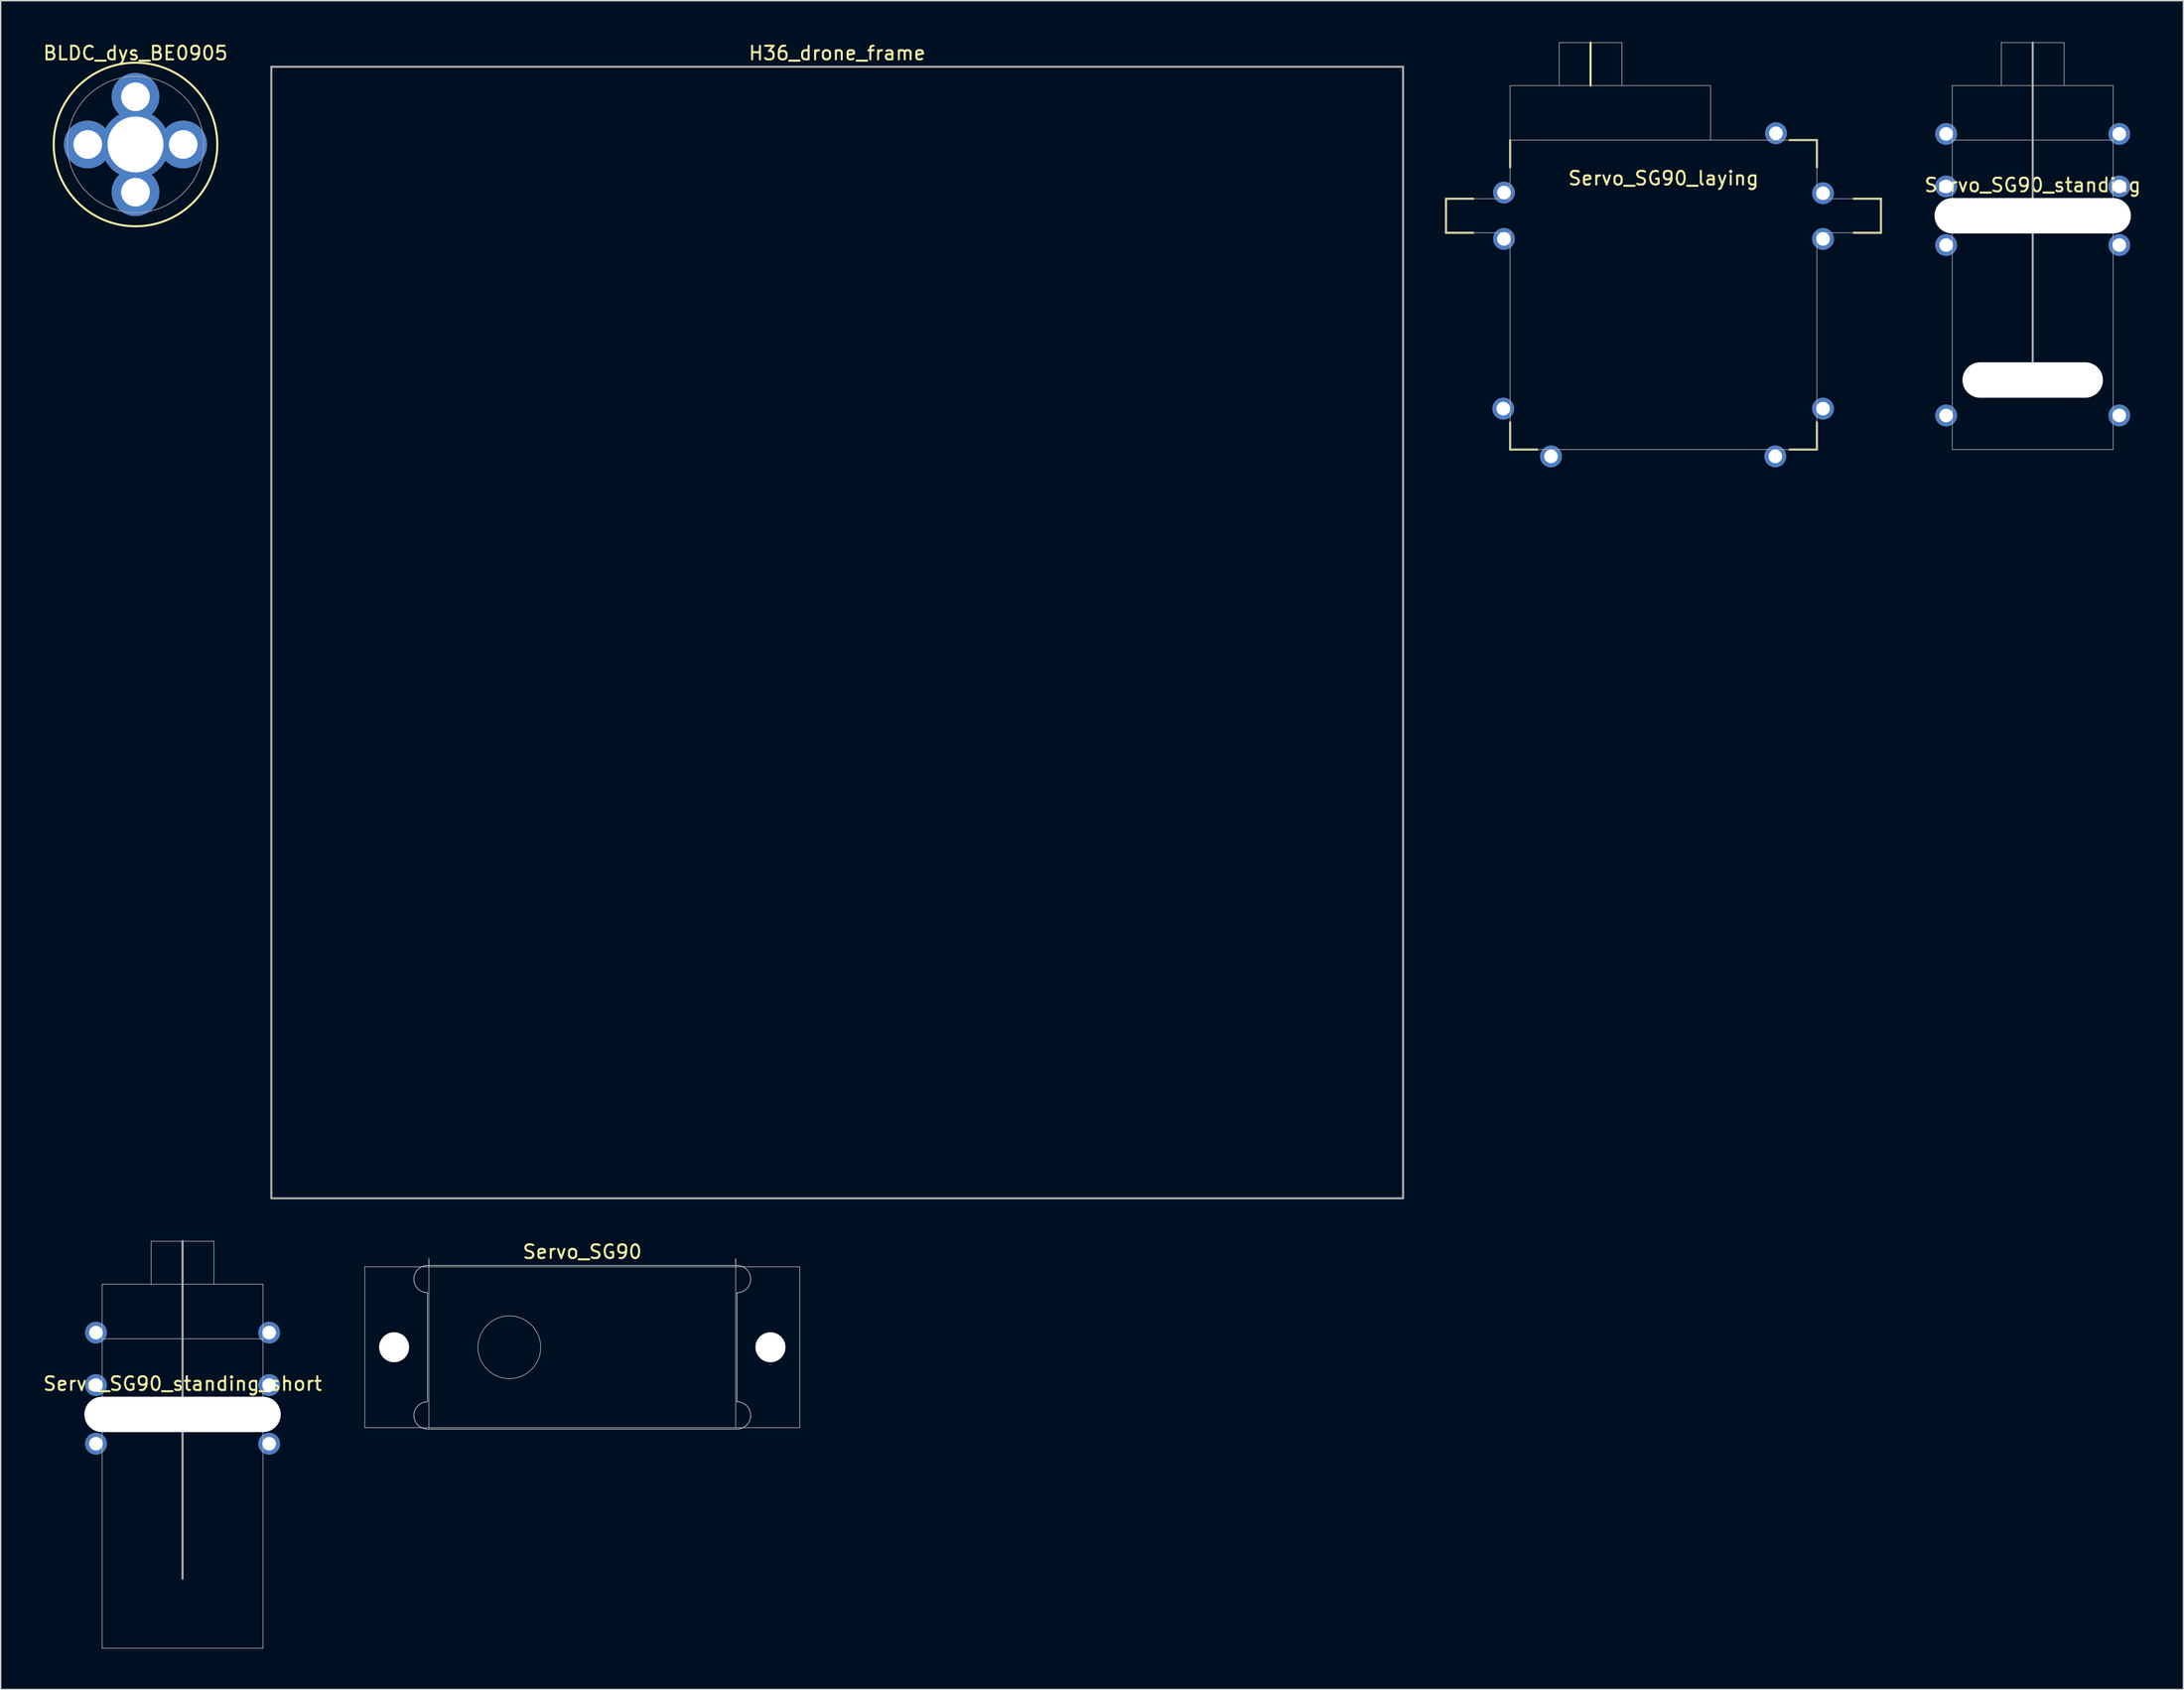
<source format=kicad_pcb>
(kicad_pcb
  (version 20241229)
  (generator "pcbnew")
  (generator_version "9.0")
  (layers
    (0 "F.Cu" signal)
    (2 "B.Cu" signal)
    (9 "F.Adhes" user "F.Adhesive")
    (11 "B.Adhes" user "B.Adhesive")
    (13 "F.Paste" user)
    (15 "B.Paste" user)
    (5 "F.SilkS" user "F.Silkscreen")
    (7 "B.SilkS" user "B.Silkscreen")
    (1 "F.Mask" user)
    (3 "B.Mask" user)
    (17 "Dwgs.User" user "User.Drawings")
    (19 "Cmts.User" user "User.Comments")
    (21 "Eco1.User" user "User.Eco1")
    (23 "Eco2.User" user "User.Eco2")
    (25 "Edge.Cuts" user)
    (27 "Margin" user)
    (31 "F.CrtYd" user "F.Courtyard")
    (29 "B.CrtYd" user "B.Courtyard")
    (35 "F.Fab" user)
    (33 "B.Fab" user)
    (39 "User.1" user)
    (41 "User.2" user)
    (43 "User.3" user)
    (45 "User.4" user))
  (footprint "BLDC_dys_BE0905"
    (layer "F.Cu")
    (at 6.887 7.548)
    (property "Reference" "BLDC_dys_BE0905" (at 0 -6.7 0) (layer "F.SilkS") (effects (font (size 1 1) (thickness 0.15))))
    (attr exclude_from_pos_files exclude_from_bom)
    (fp_circle (center 0 0) (end 6 0) (stroke (width 0.15) (type solid)) (fill no) (layer "F.SilkS"))
    (fp_circle (center 0 0) (end 5 0) (stroke (width 0.05) (type solid)) (fill no) (layer "F.Fab"))
    (pad "1" thru_hole circle (at 0 0) (size 5 5) (drill 4.1) (layers "*.Cu" "*.Mask"))
    (pad "2" thru_hole circle (at 0 -3.5) (size 3.5 3.5) (drill 2.1) (layers "*.Cu" "*.Mask"))
    (pad "3" thru_hole circle (at -3.5 0 90) (size 3.5 3.5) (drill 2.1) (layers "*.Cu" "*.Mask"))
    (pad "3" thru_hole circle (at 0 3.5 180) (size 3.5 3.5) (drill 2.1) (layers "*.Cu" "*.Mask"))
    (pad "3" thru_hole circle (at 3.5 0 270) (size 3.5 3.5) (drill 2.1) (layers "*.Cu" "*.Mask")))
  (footprint "Servo_SG90_standing_short"
    (layer "F.Cu")
    (at 10.339 101.948)
    (property "Reference" "Servo_SG90_standing_short" (at 0 -3.5 0) (layer "F.SilkS") (effects (font (size 1 1) (thickness 0.15))))
    (attr through_hole)
    (fp_line (start -5.9 -10.8) (end 5.9 -10.8) (stroke (width 0.05) (type solid)) (layer "F.Fab"))
    (fp_line (start -5.9 -6.8) (end -5.9 -10.8) (stroke (width 0.05) (type solid)) (layer "F.Fab"))
    (fp_line (start -5.9 -6.8) (end 5.9 -6.8) (stroke (width 0.05) (type solid)) (layer "F.Fab"))
    (fp_line (start -5.9 -2.5) (end -5.9 -6.8) (stroke (width 0.05) (type solid)) (layer "F.Fab"))
    (fp_line (start -5.9 0) (end -5.9 -2.5) (stroke (width 0.05) (type solid)) (layer "F.Fab"))
    (fp_line (start -5.9 0) (end 5.9 0) (stroke (width 0.05) (type solid)) (layer "F.Fab"))
    (fp_line (start -5.9 15.9) (end -5.9 0) (stroke (width 0.05) (type solid)) (layer "F.Fab"))
    (fp_line (start -2.3 -13.95) (end 2.3 -13.95) (stroke (width 0.05) (type solid)) (layer "F.Fab"))
    (fp_line (start -2.3 -10.8) (end -2.3 -13.95) (stroke (width 0.05) (type solid)) (layer "F.Fab"))
    (fp_line (start 0 -13.95) (end 0 10.8) (stroke (width 0.15) (type solid)) (layer "F.Fab"))
    (fp_line (start 2.3 -13.95) (end 2.3 -10.8) (stroke (width 0.05) (type solid)) (layer "F.Fab"))
    (fp_line (start 5.9 -10.8) (end 5.9 -6.8) (stroke (width 0.05) (type solid)) (layer "F.Fab"))
    (fp_line (start 5.9 -6.8) (end 5.9 -2.5) (stroke (width 0.05) (type solid)) (layer "F.Fab"))
    (fp_line (start 5.9 -2.5) (end -5.9 -2.5) (stroke (width 0.05) (type solid)) (layer "F.Fab"))
    (fp_line (start 5.9 -2.5) (end 5.9 0) (stroke (width 0.05) (type solid)) (layer "F.Fab"))
    (fp_line (start 5.9 0) (end 5.9 15.9) (stroke (width 0.05) (type solid)) (layer "F.Fab"))
    (fp_line (start 5.9 15.9) (end -5.9 15.9) (stroke (width 0.05) (type solid)) (layer "F.Fab"))
    (pad "" np_thru_hole oval (at 0 -1.25) (size 14.4 2.6) (drill oval 14.4 2.6) (layers "*.Cu" "*.Mask"))
    (pad "1" thru_hole circle (at -6.35 -7.25) (size 1.6 1.6) (drill 1) (layers "*.Cu" "*.Mask"))
    (pad "1" thru_hole circle (at -6.35 -3.4) (size 1.6 1.6) (drill 1) (layers "*.Cu" "*.Mask"))
    (pad "1" thru_hole circle (at -6.35 0.9) (size 1.6 1.6) (drill 1) (layers "*.Cu" "*.Mask"))
    (pad "1" thru_hole circle (at 6.35 -7.25) (size 1.6 1.6) (drill 1) (layers "*.Cu" "*.Mask"))
    (pad "1" thru_hole circle (at 6.35 -3.4) (size 1.6 1.6) (drill 1) (layers "*.Cu" "*.Mask"))
    (pad "1" thru_hole circle (at 6.35 0.9) (size 1.6 1.6) (drill 1) (layers "*.Cu" "*.Mask")))
  (footprint "Servo_SG90"
    (layer "F.Cu")
    (at 39.654 95.772)
    (property "Reference" "Servo_SG90" (at 0 -7 0) (layer "F.SilkS") (effects (font (size 1 1) (thickness 0.15))))
    (attr through_hole)
    (fp_line (start -11.25 -5.9) (end -11.25 -6.5) (stroke (width 0.05) (type solid)) (layer "F.SilkS"))
    (fp_line (start 11.25 -5.9) (end 11.25 -6.5) (stroke (width 0.05) (type solid)) (layer "F.SilkS"))
    (fp_line (start -11.35 -6) (end 11.35 -6) (stroke (width 0.05) (type solid)) (layer "Edge.Cuts"))
    (fp_line (start -11.35 4) (end -11.35 -4) (stroke (width 0.05) (type solid)) (layer "Edge.Cuts"))
    (fp_line (start -11.35 6) (end 11.35 6) (stroke (width 0.05) (type solid)) (layer "Edge.Cuts"))
    (fp_line (start 11.35 4) (end 11.35 -4) (stroke (width 0.05) (type solid)) (layer "Edge.Cuts"))
    (fp_arc (start -11.35 -4) (mid -12.35 -5) (end -11.35 -6) (stroke (width 0.05) (type solid)) (layer "Edge.Cuts"))
    (fp_arc (start -11.35 6) (mid -12.35 5) (end -11.35 4) (stroke (width 0.05) (type solid)) (layer "Edge.Cuts"))
    (fp_arc (start 11.35 -6) (mid 12.35 -5) (end 11.35 -4) (stroke (width 0.05) (type solid)) (layer "Edge.Cuts"))
    (fp_arc (start 11.35 4) (mid 12.35 5) (end 11.35 6) (stroke (width 0.05) (type solid)) (layer "Edge.Cuts"))
    (fp_line (start -15.95 -5.9) (end -15.95 5.9) (stroke (width 0.05) (type solid)) (layer "F.Fab"))
    (fp_line (start -15.95 5.9) (end -11.25 5.9) (stroke (width 0.05) (type solid)) (layer "F.Fab"))
    (fp_line (start -11.25 -5.9) (end -15.95 -5.9) (stroke (width 0.05) (type solid)) (layer "F.Fab"))
    (fp_line (start -11.25 -5.9) (end 11.25 -5.9) (stroke (width 0.05) (type solid)) (layer "F.Fab"))
    (fp_line (start -11.25 5.9) (end -11.25 -5.9) (stroke (width 0.05) (type solid)) (layer "F.Fab"))
    (fp_line (start 11.25 -5.9) (end 11.25 5.9) (stroke (width 0.05) (type solid)) (layer "F.Fab"))
    (fp_line (start 11.25 -5.9) (end 15.95 -5.9) (stroke (width 0.05) (type solid)) (layer "F.Fab"))
    (fp_line (start 11.25 5.9) (end -11.25 5.9) (stroke (width 0.05) (type solid)) (layer "F.Fab"))
    (fp_line (start 15.95 -5.9) (end 15.95 5.9) (stroke (width 0.05) (type solid)) (layer "F.Fab"))
    (fp_line (start 15.95 5.9) (end 11.25 5.9) (stroke (width 0.05) (type solid)) (layer "F.Fab"))
    (fp_circle (center -5.35 0) (end -3.05 0) (stroke (width 0.05) (type solid)) (fill no) (layer "F.Fab"))
    (pad "" np_thru_hole circle (at -13.8 0) (size 2.2 2.2) (drill 2.2) (layers "*.Cu" "*.Mask"))
    (pad "" np_thru_hole circle (at 13.8 0) (size 2.2 2.2) (drill 2.2) (layers "*.Cu" "*.Mask")))
  (footprint "Servo_SG90_laying"
    (layer "F.Cu")
    (at 118.949 14.025)
    (property "Reference" "Servo_SG90_laying" (at 0 -4 0) (layer "F.SilkS") (effects (font (size 1 1) (thickness 0.15))))
    (attr through_hole)
    (fp_line (start -15.95 -2.5) (end -15.95 0) (stroke (width 0.15) (type solid)) (layer "F.SilkS"))
    (fp_line (start -15.95 0) (end -13.95 0) (stroke (width 0.15) (type solid)) (layer "F.SilkS"))
    (fp_line (start -13.95 -2.5) (end -15.95 -2.5) (stroke (width 0.15) (type solid)) (layer "F.SilkS"))
    (fp_line (start -11.25 -6.8) (end -11.25 -4.8) (stroke (width 0.15) (type solid)) (layer "F.SilkS"))
    (fp_line (start -11.25 15.9) (end -11.25 13.9) (stroke (width 0.15) (type solid)) (layer "F.SilkS"))
    (fp_line (start -11.25 15.9) (end -9.25 15.9) (stroke (width 0.15) (type solid)) (layer "F.SilkS"))
    (fp_line (start -5.35 -13.95) (end -5.35 -10.8) (stroke (width 0.15) (type solid)) (layer "F.SilkS"))
    (fp_line (start 11.25 -6.8) (end 9.25 -6.8) (stroke (width 0.15) (type solid)) (layer "F.SilkS"))
    (fp_line (start 11.25 -6.8) (end 11.25 -4.8) (stroke (width 0.15) (type solid)) (layer "F.SilkS"))
    (fp_line (start 11.25 15.9) (end 9.25 15.9) (stroke (width 0.15) (type solid)) (layer "F.SilkS"))
    (fp_line (start 11.25 15.9) (end 11.25 13.9) (stroke (width 0.15) (type solid)) (layer "F.SilkS"))
    (fp_line (start 13.95 -2.5) (end 15.95 -2.5) (stroke (width 0.15) (type solid)) (layer "F.SilkS"))
    (fp_line (start 15.95 -2.5) (end 15.95 0) (stroke (width 0.15) (type solid)) (layer "F.SilkS"))
    (fp_line (start 15.95 0) (end 13.95 0) (stroke (width 0.15) (type solid)) (layer "F.SilkS"))
    (fp_line (start -15.95 -2.5) (end -11.25 -2.5) (stroke (width 0.05) (type solid)) (layer "F.Fab"))
    (fp_line (start -15.95 0) (end -15.95 -2.5) (stroke (width 0.05) (type solid)) (layer "F.Fab"))
    (fp_line (start -11.25 -10.8) (end 3.45 -10.8) (stroke (width 0.05) (type solid)) (layer "F.Fab"))
    (fp_line (start -11.25 -6.8) (end -11.25 -10.8) (stroke (width 0.05) (type solid)) (layer "F.Fab"))
    (fp_line (start -11.25 -6.8) (end 11.25 -6.8) (stroke (width 0.05) (type solid)) (layer "F.Fab"))
    (fp_line (start -11.25 -2.5) (end -11.25 -6.8) (stroke (width 0.05) (type solid)) (layer "F.Fab"))
    (fp_line (start -11.25 0) (end -15.95 0) (stroke (width 0.05) (type solid)) (layer "F.Fab"))
    (fp_line (start -11.25 15.9) (end -11.25 0) (stroke (width 0.05) (type solid)) (layer "F.Fab"))
    (fp_line (start -7.65 -13.95) (end -3.05 -13.95) (stroke (width 0.05) (type solid)) (layer "F.Fab"))
    (fp_line (start -7.65 -10.8) (end -7.65 -13.95) (stroke (width 0.05) (type solid)) (layer "F.Fab"))
    (fp_line (start -3.05 -13.95) (end -3.05 -10.8) (stroke (width 0.05) (type solid)) (layer "F.Fab"))
    (fp_line (start 3.45 -10.8) (end 3.45 -6.8) (stroke (width 0.05) (type solid)) (layer "F.Fab"))
    (fp_line (start 11.25 -6.8) (end 11.25 -2.5) (stroke (width 0.05) (type solid)) (layer "F.Fab"))
    (fp_line (start 11.25 -2.5) (end 15.95 -2.5) (stroke (width 0.05) (type solid)) (layer "F.Fab"))
    (fp_line (start 11.25 0) (end 11.25 15.9) (stroke (width 0.05) (type solid)) (layer "F.Fab"))
    (fp_line (start 11.25 15.9) (end -11.25 15.9) (stroke (width 0.05) (type solid)) (layer "F.Fab"))
    (fp_line (start 15.95 -2.5) (end 15.95 0) (stroke (width 0.05) (type solid)) (layer "F.Fab"))
    (fp_line (start 15.95 0) (end 11.25 0) (stroke (width 0.05) (type solid)) (layer "F.Fab"))
    (pad "1" thru_hole circle (at -11.75 12.9) (size 1.6 1.6) (drill 1) (layers "*.Cu" "*.Mask"))
    (pad "1" thru_hole circle (at -11.7 -2.95) (size 1.6 1.6) (drill 1) (layers "*.Cu" "*.Mask"))
    (pad "1" thru_hole circle (at -11.7 0.45) (size 1.6 1.6) (drill 1) (layers "*.Cu" "*.Mask"))
    (pad "1" thru_hole circle (at -8.25 16.4) (size 1.6 1.6) (drill 1) (layers "*.Cu" "*.Mask"))
    (pad "1" thru_hole circle (at 8.2 16.4) (size 1.6 1.6) (drill 1) (layers "*.Cu" "*.Mask"))
    (pad "1" thru_hole circle (at 8.25 -7.3) (size 1.6 1.6) (drill 1) (layers "*.Cu" "*.Mask"))
    (pad "1" thru_hole circle (at 11.7 -2.9) (size 1.6 1.6) (drill 1) (layers "*.Cu" "*.Mask"))
    (pad "1" thru_hole circle (at 11.7 0.45) (size 1.6 1.6) (drill 1) (layers "*.Cu" "*.Mask"))
    (pad "1" thru_hole circle (at 11.7 12.9) (size 1.6 1.6) (drill 1) (layers "*.Cu" "*.Mask")))
  (footprint "H36_drone_frame"
    (layer "F.Cu")
    (at 58.349 43.348)
    (property "Reference" "H36_drone_frame" (at 0 -42.5 0) (layer "F.SilkS") (effects (font (size 1 1) (thickness 0.15))))
    (attr through_hole)
    (fp_line (start -41.5 -41.5) (end 41.5 -41.5) (stroke (width 0.15) (type solid)) (layer "F.Fab"))
    (fp_line (start -41.5 41.5) (end -41.5 -41.5) (stroke (width 0.15) (type solid)) (layer "F.Fab"))
    (fp_line (start 41.5 -41.5) (end 41.5 41.5) (stroke (width 0.15) (type solid)) (layer "F.Fab"))
    (fp_line (start 41.5 41.5) (end -41.5 41.5) (stroke (width 0.15) (type solid)) (layer "F.Fab")))
  (footprint "Servo_SG90_standing"
    (layer "F.Cu")
    (at 146.027 14.025)
    (property "Reference" "Servo_SG90_standing" (at 0 -3.5 0) (layer "F.SilkS") (effects (font (size 1 1) (thickness 0.15))))
    (attr through_hole)
    (fp_line (start -5.9 -10.8) (end 5.9 -10.8) (stroke (width 0.05) (type solid)) (layer "F.Fab"))
    (fp_line (start -5.9 -6.8) (end -5.9 -10.8) (stroke (width 0.05) (type solid)) (layer "F.Fab"))
    (fp_line (start -5.9 -6.8) (end 5.9 -6.8) (stroke (width 0.05) (type solid)) (layer "F.Fab"))
    (fp_line (start -5.9 -2.5) (end -5.9 -6.8) (stroke (width 0.05) (type solid)) (layer "F.Fab"))
    (fp_line (start -5.9 0) (end -5.9 -2.5) (stroke (width 0.05) (type solid)) (layer "F.Fab"))
    (fp_line (start -5.9 0) (end 5.9 0) (stroke (width 0.05) (type solid)) (layer "F.Fab"))
    (fp_line (start -5.9 15.9) (end -5.9 0) (stroke (width 0.05) (type solid)) (layer "F.Fab"))
    (fp_line (start -2.3 -13.95) (end 2.3 -13.95) (stroke (width 0.05) (type solid)) (layer "F.Fab"))
    (fp_line (start -2.3 -10.8) (end -2.3 -13.95) (stroke (width 0.05) (type solid)) (layer "F.Fab"))
    (fp_line (start 0 -13.95) (end 0 10.8) (stroke (width 0.15) (type solid)) (layer "F.Fab"))
    (fp_line (start 2.3 -13.95) (end 2.3 -10.8) (stroke (width 0.05) (type solid)) (layer "F.Fab"))
    (fp_line (start 5.9 -10.8) (end 5.9 -6.8) (stroke (width 0.05) (type solid)) (layer "F.Fab"))
    (fp_line (start 5.9 -6.8) (end 5.9 -2.5) (stroke (width 0.05) (type solid)) (layer "F.Fab"))
    (fp_line (start 5.9 -2.5) (end -5.9 -2.5) (stroke (width 0.05) (type solid)) (layer "F.Fab"))
    (fp_line (start 5.9 -2.5) (end 5.9 0) (stroke (width 0.05) (type solid)) (layer "F.Fab"))
    (fp_line (start 5.9 0) (end 5.9 15.9) (stroke (width 0.05) (type solid)) (layer "F.Fab"))
    (fp_line (start 5.9 15.9) (end -5.9 15.9) (stroke (width 0.05) (type solid)) (layer "F.Fab"))
    (pad "" np_thru_hole oval (at 0 -1.25) (size 14.4 2.6) (drill oval 14.4 2.6) (layers "*.Cu" "*.Mask"))
    (pad "" np_thru_hole oval (at 0 10.8) (size 10.3 2.6) (drill oval 10.3 2.6) (layers "*.Cu" "*.Mask"))
    (pad "1" thru_hole circle (at -6.35 -7.25) (size 1.6 1.6) (drill 1) (layers "*.Cu" "*.Mask"))
    (pad "1" thru_hole circle (at -6.35 -3.4) (size 1.6 1.6) (drill 1) (layers "*.Cu" "*.Mask"))
    (pad "1" thru_hole circle (at -6.35 0.9) (size 1.6 1.6) (drill 1) (layers "*.Cu" "*.Mask"))
    (pad "1" thru_hole circle (at -6.35 13.4) (size 1.6 1.6) (drill 1) (layers "*.Cu" "*.Mask"))
    (pad "1" thru_hole circle (at 6.35 -7.25) (size 1.6 1.6) (drill 1) (layers "*.Cu" "*.Mask"))
    (pad "1" thru_hole circle (at 6.35 -3.4) (size 1.6 1.6) (drill 1) (layers "*.Cu" "*.Mask"))
    (pad "1" thru_hole circle (at 6.35 0.9) (size 1.6 1.6) (drill 1) (layers "*.Cu" "*.Mask"))
    (pad "1" thru_hole circle (at 6.35 13.4) (size 1.6 1.6) (drill 1) (layers "*.Cu" "*.Mask")))
  (gr_rect
    (start -3 -3)
    (end 157.081 120.873)
    (stroke (width 0.1) (type default))
    (fill no)
    (layer "Edge.Cuts")))
</source>
